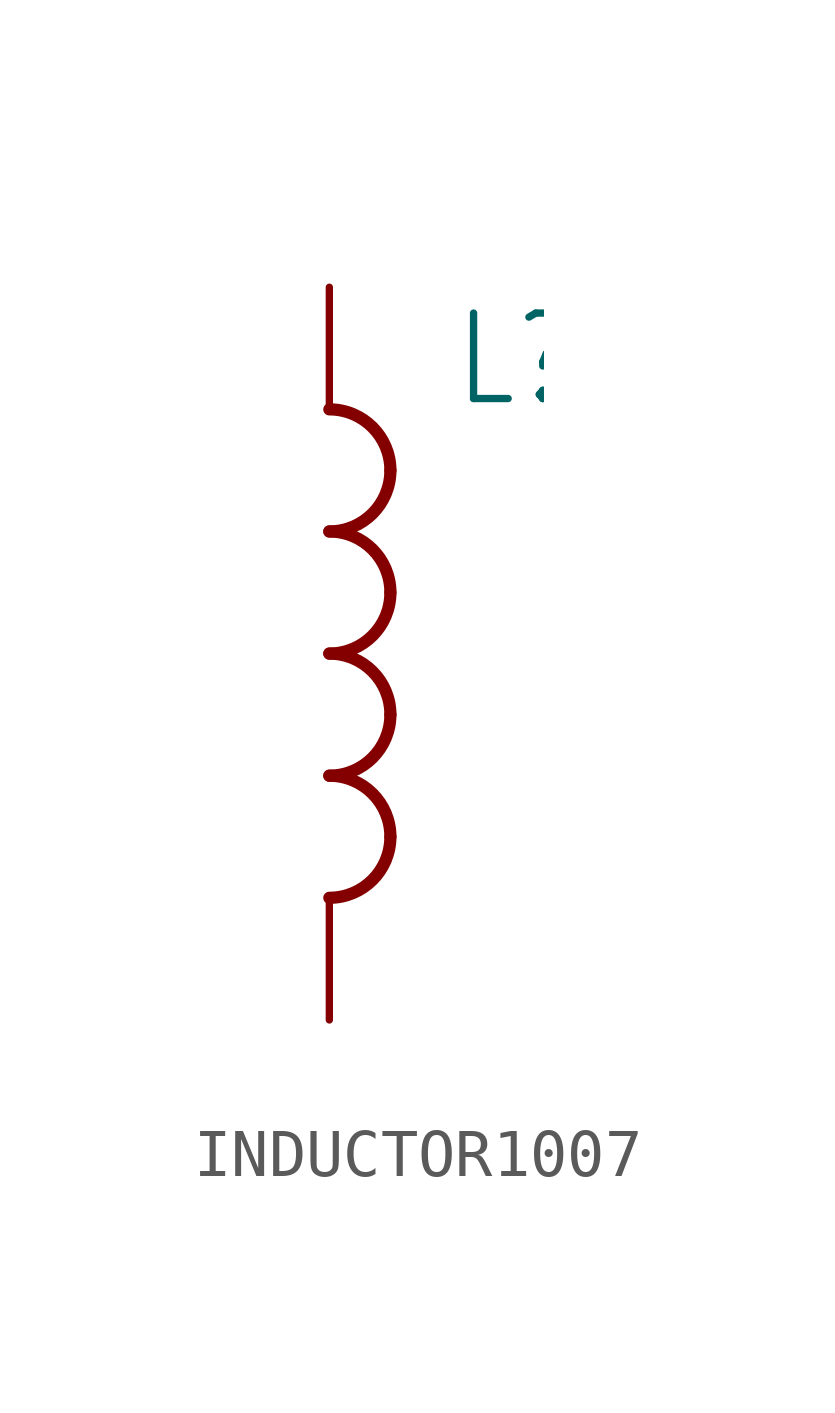
<source format=kicad_sym>
(kicad_symbol_lib
  (version 20220914)
  (generator kicad_symbol_editor)
  (symbol "INDUCTOR1007"
    (property "Reference" "L"
      (at 2.54 5.08 0)
      (effects (font (size 1.778 1.511)) (justify left bottom)))
    (property "Value" ""
      (at 2.54 -5.08 0)
      (effects (font (size 1.778 1.511)) (justify left bottom)))
    (property "ki_locked" ""
      (at 0 0 0)
      (effects (font (size 1.27 1.27))))
    (symbol "INDUCTOR1007_1_0"
      (arc (start 0 -5.08) (mid 0.898 -4.708) (end 1.27 -3.81) (stroke (width 0.254) (type solid)) (fill (type none)))
      (arc (start 0 -2.54) (mid 0.898 -2.168) (end 1.27 -1.27) (stroke (width 0.254) (type solid)) (fill (type none)))
      (arc (start 0 0) (mid 0.898 0.372) (end 1.27 1.27) (stroke (width 0.254) (type solid)) (fill (type none)))
      (arc (start 0 2.54) (mid 0.898 2.912) (end 1.27 3.81) (stroke (width 0.254) (type solid)) (fill (type none)))
      (arc (start 1.27 -3.81) (mid 0.898 -2.912) (end 0 -2.54) (stroke (width 0.254) (type solid)) (fill (type none)))
      (arc (start 1.27 -1.27) (mid 0.898 -0.372) (end 0 0) (stroke (width 0.254) (type solid)) (fill (type none)))
      (arc (start 1.27 1.27) (mid 0.898 2.168) (end 0 2.54) (stroke (width 0.254) (type solid)) (fill (type none)))
      (arc (start 1.27 3.81) (mid 0.898 4.708) (end 0 5.08) (stroke (width 0.254) (type solid)) (fill (type none)))
      (pin passive line (at 0 7.62 270) (length 2.54) (name "1" (effects (font (size 0 0)))) (number "1" (effects (font (size 0 0)))))
      (pin passive line (at 0 -7.62 90) (length 2.54) (name "2" (effects (font (size 0 0)))) (number "2" (effects (font (size 0 0))))))))
</source>
